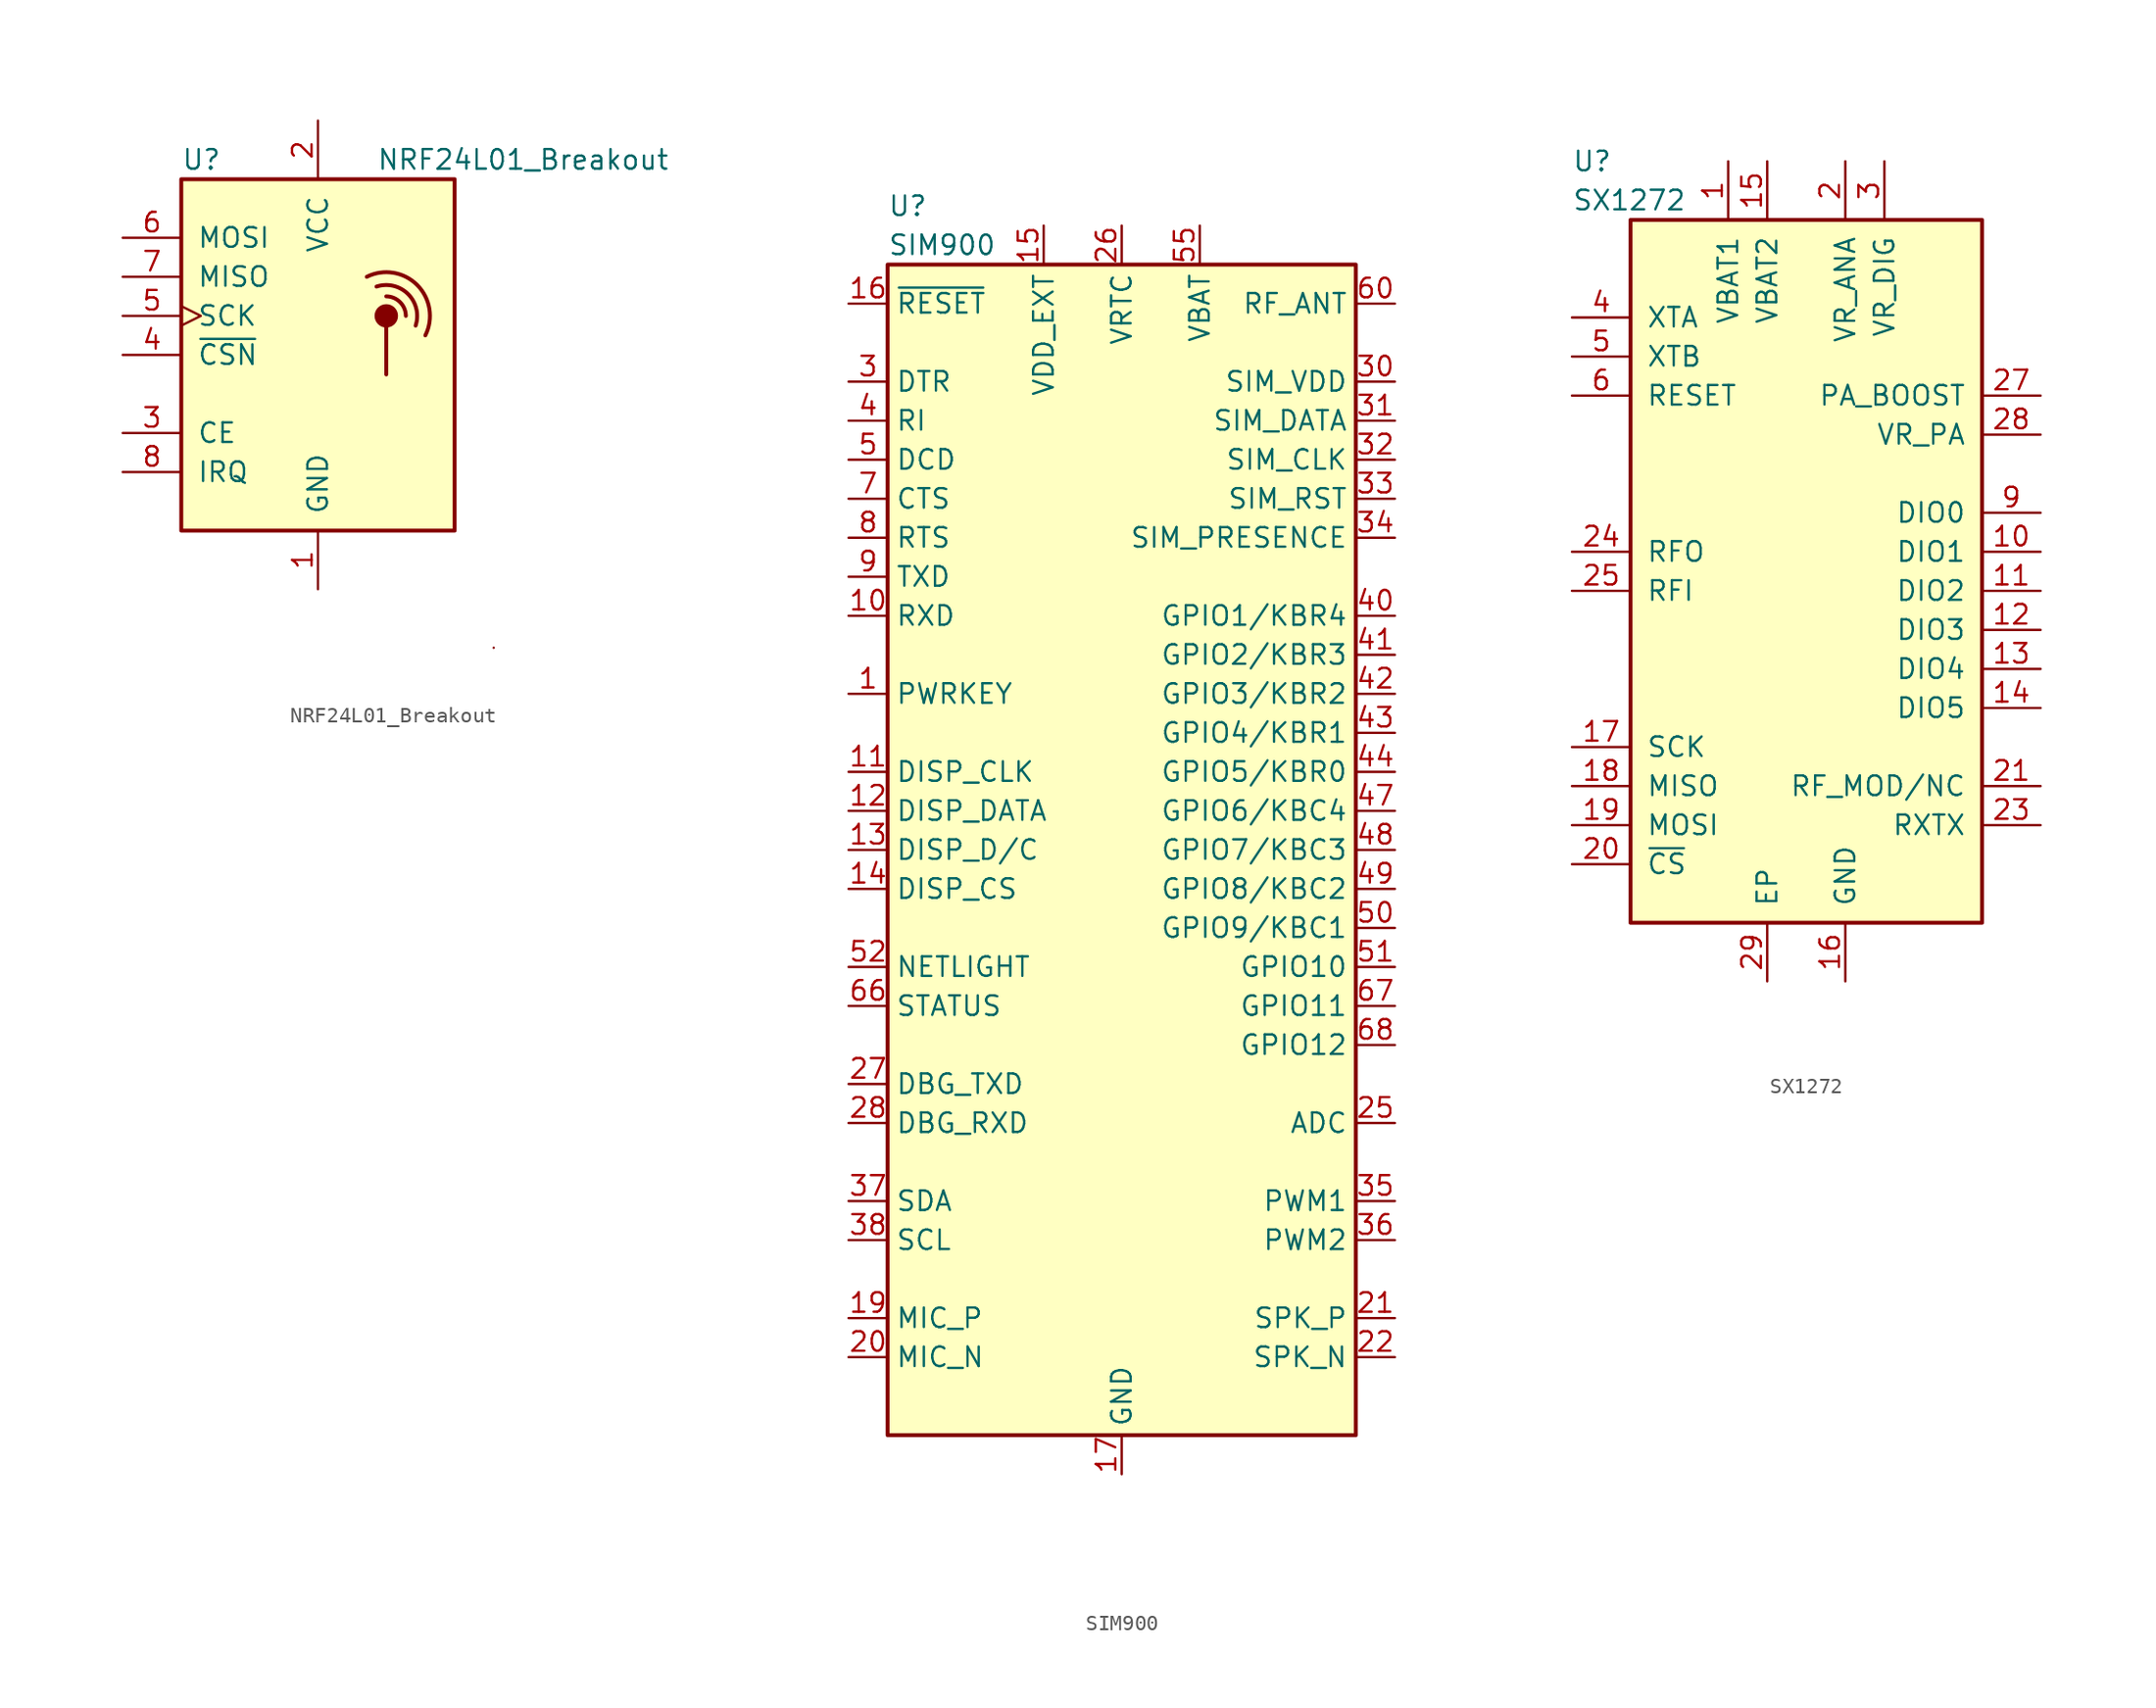
<source format=kicad_sym>
(kicad_symbol_lib
  (version 20201005)
  (generator kicad_symbol_editor)
  (symbol "RF:NRF24L01_Breakout"
    (pin_names
      (offset 1.016))
    (property "Reference" "U"
      (at -8.89 12.7 0)
      (effects (font (size 1.27 1.27)) (justify left)))
    (property "Value" "NRF24L01_Breakout"
      (at 3.81 12.7 0)
      (effects (font (size 1.27 1.27)) (justify left)))
    (symbol "NRF24L01_Breakout_0_1"
      (arc (start 3.175 5.08) (end 6.985 1.27) (radius (at 4.445 2.54) (length 2.8448) (angles 116.6 -26.6)) (stroke (width 0.254)) (fill (type none)))
      (arc (start 4.445 3.81) (end 5.715 2.54) (radius (at 4.445 2.5654) (length 1.2446) (angles 90 -1.1)) (stroke (width 0.254)) (fill (type none)))
      (arc (start 3.81 4.445) (end 6.35 1.905) (radius (at 4.445 2.5654) (length 1.9812) (angles 108.7 -19.1)) (stroke (width 0.254)) (fill (type none)))
      (circle (center 4.445 2.54) (radius 0.635) (stroke (width 0.254)) (fill (type outline)))
      (rectangle (start -8.89 11.43) (end 8.89 -11.43) (stroke (width 0.254)) (fill (type background)))
      (rectangle (start 11.43 -19.05) (end 11.43 -19.05) (stroke (width 0)) (fill (type none)))
      (polyline (pts (xy 4.445 1.905) (xy 4.445 -1.27)) (stroke (width 0.254)) (fill (type none))))
    (symbol "NRF24L01_Breakout_1_1"
      (pin power_in line (at 0 -15.24 90) (length 3.81) (name "GND" (effects (font (size 1.27 1.27)))) (number "1" (effects (font (size 1.27 1.27)))))
      (pin power_in line (at 0 15.24 270) (length 3.81) (name "VCC" (effects (font (size 1.27 1.27)))) (number "2" (effects (font (size 1.27 1.27)))))
      (pin input line (at -12.7 -5.08 0) (length 3.81) (name "CE" (effects (font (size 1.27 1.27)))) (number "3" (effects (font (size 1.27 1.27)))))
      (pin input line (at -12.7 0 0) (length 3.81) (name "~CSN" (effects (font (size 1.27 1.27)))) (number "4" (effects (font (size 1.27 1.27)))))
      (pin input clock (at -12.7 2.54 0) (length 3.81) (name "SCK" (effects (font (size 1.27 1.27)))) (number "5" (effects (font (size 1.27 1.27)))))
      (pin input line (at -12.7 7.62 0) (length 3.81) (name "MOSI" (effects (font (size 1.27 1.27)))) (number "6" (effects (font (size 1.27 1.27)))))
      (pin output line (at -12.7 5.08 0) (length 3.81) (name "MISO" (effects (font (size 1.27 1.27)))) (number "7" (effects (font (size 1.27 1.27)))))
      (pin output line (at -12.7 -7.62 0) (length 3.81) (name "IRQ" (effects (font (size 1.27 1.27)))) (number "8" (effects (font (size 1.27 1.27)))))))
  (symbol "RF:SIM900"
    (property "Reference" "U"
      (at -15.24 41.91 0)
      (effects (font (size 1.27 1.27)) (justify left)))
    (property "Value" "SIM900"
      (at -15.24 39.37 0)
      (effects (font (size 1.27 1.27)) (justify left)))
    (symbol "SIM900_0_1"
      (rectangle (start -15.24 38.1) (end 15.24 -38.1) (stroke (width 0.254)) (fill (type background))))
    (symbol "SIM900_1_1"
      (pin input line (at -17.78 10.16 0) (length 2.54) (name "PWRKEY" (effects (font (size 1.27 1.27)))) (number "1" (effects (font (size 1.27 1.27)))))
      (pin input line (at -17.78 15.24 0) (length 2.54) (name "RXD" (effects (font (size 1.27 1.27)))) (number "10" (effects (font (size 1.27 1.27)))))
      (pin output line (at -17.78 5.08 0) (length 2.54) (name "DISP_CLK" (effects (font (size 1.27 1.27)))) (number "11" (effects (font (size 1.27 1.27)))))
      (pin bidirectional line (at -17.78 2.54 0) (length 2.54) (name "DISP_DATA" (effects (font (size 1.27 1.27)))) (number "12" (effects (font (size 1.27 1.27)))))
      (pin output line (at -17.78 0 0) (length 2.54) (name "DISP_D/C" (effects (font (size 1.27 1.27)))) (number "13" (effects (font (size 1.27 1.27)))))
      (pin output line (at -17.78 -2.54 0) (length 2.54) (name "DISP_CS" (effects (font (size 1.27 1.27)))) (number "14" (effects (font (size 1.27 1.27)))))
      (pin power_out line (at -5.08 40.64 270) (length 2.54) (name "VDD_EXT" (effects (font (size 1.27 1.27)))) (number "15" (effects (font (size 1.27 1.27)))))
      (pin input line (at -17.78 35.56 0) (length 2.54) (name "~RESET~" (effects (font (size 1.27 1.27)))) (number "16" (effects (font (size 1.27 1.27)))))
      (pin power_in line (at 0 -40.64 90) (length 2.54) (name "GND" (effects (font (size 1.27 1.27)))) (number "17" (effects (font (size 1.27 1.27)))))
      (pin passive line (at 0 -40.64 90) (length 2.54) hide (name "GND" (effects (font (size 1.27 1.27)))) (number "18" (effects (font (size 1.27 1.27)))))
      (pin input line (at -17.78 -30.48 0) (length 2.54) (name "MIC_P" (effects (font (size 1.27 1.27)))) (number "19" (effects (font (size 1.27 1.27)))))
      (pin unconnected line (at 15.24 33.02 180) (length 2.54) hide (name "NC" (effects (font (size 1.27 1.27)))) (number "2" (effects (font (size 1.27 1.27)))))
      (pin input line (at -17.78 -33.02 0) (length 2.54) (name "MIC_N" (effects (font (size 1.27 1.27)))) (number "20" (effects (font (size 1.27 1.27)))))
      (pin output line (at 17.78 -30.48 180) (length 2.54) (name "SPK_P" (effects (font (size 1.27 1.27)))) (number "21" (effects (font (size 1.27 1.27)))))
      (pin output line (at 17.78 -33.02 180) (length 2.54) (name "SPK_N" (effects (font (size 1.27 1.27)))) (number "22" (effects (font (size 1.27 1.27)))))
      (pin unconnected line (at 15.24 -15.24 180) (length 2.54) hide (name "NC" (effects (font (size 1.27 1.27)))) (number "23" (effects (font (size 1.27 1.27)))))
      (pin unconnected line (at 15.24 -27.94 180) (length 2.54) hide (name "NC" (effects (font (size 1.27 1.27)))) (number "24" (effects (font (size 1.27 1.27)))))
      (pin input line (at 17.78 -17.78 180) (length 2.54) (name "ADC" (effects (font (size 1.27 1.27)))) (number "25" (effects (font (size 1.27 1.27)))))
      (pin power_in line (at 0 40.64 270) (length 2.54) (name "VRTC" (effects (font (size 1.27 1.27)))) (number "26" (effects (font (size 1.27 1.27)))))
      (pin output line (at -17.78 -15.24 0) (length 2.54) (name "DBG_TXD" (effects (font (size 1.27 1.27)))) (number "27" (effects (font (size 1.27 1.27)))))
      (pin input line (at -17.78 -17.78 0) (length 2.54) (name "DBG_RXD" (effects (font (size 1.27 1.27)))) (number "28" (effects (font (size 1.27 1.27)))))
      (pin passive line (at 0 -40.64 90) (length 2.54) hide (name "GND" (effects (font (size 1.27 1.27)))) (number "29" (effects (font (size 1.27 1.27)))))
      (pin input line (at -17.78 30.48 0) (length 2.54) (name "DTR" (effects (font (size 1.27 1.27)))) (number "3" (effects (font (size 1.27 1.27)))))
      (pin power_out line (at 17.78 30.48 180) (length 2.54) (name "SIM_VDD" (effects (font (size 1.27 1.27)))) (number "30" (effects (font (size 1.27 1.27)))))
      (pin bidirectional line (at 17.78 27.94 180) (length 2.54) (name "SIM_DATA" (effects (font (size 1.27 1.27)))) (number "31" (effects (font (size 1.27 1.27)))))
      (pin output line (at 17.78 25.4 180) (length 2.54) (name "SIM_CLK" (effects (font (size 1.27 1.27)))) (number "32" (effects (font (size 1.27 1.27)))))
      (pin output line (at 17.78 22.86 180) (length 2.54) (name "SIM_RST" (effects (font (size 1.27 1.27)))) (number "33" (effects (font (size 1.27 1.27)))))
      (pin input line (at 17.78 20.32 180) (length 2.54) (name "SIM_PRESENCE" (effects (font (size 1.27 1.27)))) (number "34" (effects (font (size 1.27 1.27)))))
      (pin output line (at 17.78 -22.86 180) (length 2.54) (name "PWM1" (effects (font (size 1.27 1.27)))) (number "35" (effects (font (size 1.27 1.27)))))
      (pin output line (at 17.78 -25.4 180) (length 2.54) (name "PWM2" (effects (font (size 1.27 1.27)))) (number "36" (effects (font (size 1.27 1.27)))))
      (pin bidirectional line (at -17.78 -22.86 0) (length 2.54) (name "SDA" (effects (font (size 1.27 1.27)))) (number "37" (effects (font (size 1.27 1.27)))))
      (pin output line (at -17.78 -25.4 0) (length 2.54) (name "SCL" (effects (font (size 1.27 1.27)))) (number "38" (effects (font (size 1.27 1.27)))))
      (pin passive line (at 0 -40.64 90) (length 2.54) hide (name "GND" (effects (font (size 1.27 1.27)))) (number "39" (effects (font (size 1.27 1.27)))))
      (pin output line (at -17.78 27.94 0) (length 2.54) (name "RI" (effects (font (size 1.27 1.27)))) (number "4" (effects (font (size 1.27 1.27)))))
      (pin bidirectional line (at 17.78 15.24 180) (length 2.54) (name "GPIO1/KBR4" (effects (font (size 1.27 1.27)))) (number "40" (effects (font (size 1.27 1.27)))))
      (pin bidirectional line (at 17.78 12.7 180) (length 2.54) (name "GPIO2/KBR3" (effects (font (size 1.27 1.27)))) (number "41" (effects (font (size 1.27 1.27)))))
      (pin bidirectional line (at 17.78 10.16 180) (length 2.54) (name "GPIO3/KBR2" (effects (font (size 1.27 1.27)))) (number "42" (effects (font (size 1.27 1.27)))))
      (pin bidirectional line (at 17.78 7.62 180) (length 2.54) (name "GPIO4/KBR1" (effects (font (size 1.27 1.27)))) (number "43" (effects (font (size 1.27 1.27)))))
      (pin bidirectional line (at 17.78 5.08 180) (length 2.54) (name "GPIO5/KBR0" (effects (font (size 1.27 1.27)))) (number "44" (effects (font (size 1.27 1.27)))))
      (pin passive line (at 0 -40.64 90) (length 2.54) hide (name "GND" (effects (font (size 1.27 1.27)))) (number "45" (effects (font (size 1.27 1.27)))))
      (pin passive line (at 0 -40.64 90) (length 2.54) hide (name "GND" (effects (font (size 1.27 1.27)))) (number "46" (effects (font (size 1.27 1.27)))))
      (pin bidirectional line (at 17.78 2.54 180) (length 2.54) (name "GPIO6/KBC4" (effects (font (size 1.27 1.27)))) (number "47" (effects (font (size 1.27 1.27)))))
      (pin bidirectional line (at 17.78 0 180) (length 2.54) (name "GPIO7/KBC3" (effects (font (size 1.27 1.27)))) (number "48" (effects (font (size 1.27 1.27)))))
      (pin bidirectional line (at 17.78 -2.54 180) (length 2.54) (name "GPIO8/KBC2" (effects (font (size 1.27 1.27)))) (number "49" (effects (font (size 1.27 1.27)))))
      (pin output line (at -17.78 25.4 0) (length 2.54) (name "DCD" (effects (font (size 1.27 1.27)))) (number "5" (effects (font (size 1.27 1.27)))))
      (pin bidirectional line (at 17.78 -5.08 180) (length 2.54) (name "GPIO9/KBC1" (effects (font (size 1.27 1.27)))) (number "50" (effects (font (size 1.27 1.27)))))
      (pin bidirectional line (at 17.78 -7.62 180) (length 2.54) (name "GPIO10" (effects (font (size 1.27 1.27)))) (number "51" (effects (font (size 1.27 1.27)))))
      (pin output line (at -17.78 -7.62 0) (length 2.54) (name "NETLIGHT" (effects (font (size 1.27 1.27)))) (number "52" (effects (font (size 1.27 1.27)))))
      (pin passive line (at 0 -40.64 90) (length 2.54) hide (name "GND" (effects (font (size 1.27 1.27)))) (number "53" (effects (font (size 1.27 1.27)))))
      (pin passive line (at 0 -40.64 90) (length 2.54) hide (name "GND" (effects (font (size 1.27 1.27)))) (number "54" (effects (font (size 1.27 1.27)))))
      (pin power_in line (at 5.08 40.64 270) (length 2.54) (name "VBAT" (effects (font (size 1.27 1.27)))) (number "55" (effects (font (size 1.27 1.27)))))
      (pin passive line (at 5.08 40.64 270) (length 2.54) hide (name "VBAT" (effects (font (size 1.27 1.27)))) (number "56" (effects (font (size 1.27 1.27)))))
      (pin passive line (at 5.08 40.64 270) (length 2.54) hide (name "VBAT" (effects (font (size 1.27 1.27)))) (number "57" (effects (font (size 1.27 1.27)))))
      (pin passive line (at 0 -40.64 90) (length 2.54) hide (name "GND" (effects (font (size 1.27 1.27)))) (number "58" (effects (font (size 1.27 1.27)))))
      (pin passive line (at 0 -40.64 90) (length 2.54) hide (name "GND" (effects (font (size 1.27 1.27)))) (number "59" (effects (font (size 1.27 1.27)))))
      (pin unconnected line (at 15.24 17.78 180) (length 2.54) hide (name "NC" (effects (font (size 1.27 1.27)))) (number "6" (effects (font (size 1.27 1.27)))))
      (pin passive line (at 17.78 35.56 180) (length 2.54) (name "RF_ANT" (effects (font (size 1.27 1.27)))) (number "60" (effects (font (size 1.27 1.27)))))
      (pin passive line (at 0 -40.64 90) (length 2.54) hide (name "GND" (effects (font (size 1.27 1.27)))) (number "61" (effects (font (size 1.27 1.27)))))
      (pin passive line (at 0 -40.64 90) (length 2.54) hide (name "GND" (effects (font (size 1.27 1.27)))) (number "62" (effects (font (size 1.27 1.27)))))
      (pin passive line (at 0 -40.64 90) (length 2.54) hide (name "GND" (effects (font (size 1.27 1.27)))) (number "63" (effects (font (size 1.27 1.27)))))
      (pin passive line (at 0 -40.64 90) (length 2.54) hide (name "GND" (effects (font (size 1.27 1.27)))) (number "64" (effects (font (size 1.27 1.27)))))
      (pin passive line (at 0 -40.64 90) (length 2.54) hide (name "GND" (effects (font (size 1.27 1.27)))) (number "65" (effects (font (size 1.27 1.27)))))
      (pin output line (at -17.78 -10.16 0) (length 2.54) (name "STATUS" (effects (font (size 1.27 1.27)))) (number "66" (effects (font (size 1.27 1.27)))))
      (pin bidirectional line (at 17.78 -10.16 180) (length 2.54) (name "GPIO11" (effects (font (size 1.27 1.27)))) (number "67" (effects (font (size 1.27 1.27)))))
      (pin bidirectional line (at 17.78 -12.7 180) (length 2.54) (name "GPIO12" (effects (font (size 1.27 1.27)))) (number "68" (effects (font (size 1.27 1.27)))))
      (pin output line (at -17.78 22.86 0) (length 2.54) (name "CTS" (effects (font (size 1.27 1.27)))) (number "7" (effects (font (size 1.27 1.27)))))
      (pin input line (at -17.78 20.32 0) (length 2.54) (name "RTS" (effects (font (size 1.27 1.27)))) (number "8" (effects (font (size 1.27 1.27)))))
      (pin output line (at -17.78 17.78 0) (length 2.54) (name "TXD" (effects (font (size 1.27 1.27)))) (number "9" (effects (font (size 1.27 1.27)))))))
  (symbol "RF:SX1272"
    (pin_names
      (offset 1.016))
    (property "Reference" "U"
      (at -15.24 25.4 0)
      (effects (font (size 1.27 1.27)) (justify left)))
    (property "Value" "SX1272"
      (at -15.24 22.86 0)
      (effects (font (size 1.27 1.27)) (justify left)))
    (symbol "SX1272_0_1"
      (rectangle (start -11.43 21.59) (end 11.43 -24.13) (stroke (width 0.254)) (fill (type background))))
    (symbol "SX1272_1_1"
      (pin power_in line (at -5.08 25.4 270) (length 3.81) (name "VBAT1" (effects (font (size 1.27 1.27)))) (number "1" (effects (font (size 1.27 1.27)))))
      (pin bidirectional line (at 15.24 0 180) (length 3.81) (name "DIO1" (effects (font (size 1.27 1.27)))) (number "10" (effects (font (size 1.27 1.27)))))
      (pin bidirectional line (at 15.24 -2.54 180) (length 3.81) (name "DIO2" (effects (font (size 1.27 1.27)))) (number "11" (effects (font (size 1.27 1.27)))))
      (pin bidirectional line (at 15.24 -5.08 180) (length 3.81) (name "DIO3" (effects (font (size 1.27 1.27)))) (number "12" (effects (font (size 1.27 1.27)))))
      (pin bidirectional line (at 15.24 -7.62 180) (length 3.81) (name "DIO4" (effects (font (size 1.27 1.27)))) (number "13" (effects (font (size 1.27 1.27)))))
      (pin bidirectional line (at 15.24 -10.16 180) (length 3.81) (name "DIO5" (effects (font (size 1.27 1.27)))) (number "14" (effects (font (size 1.27 1.27)))))
      (pin power_in line (at -2.54 25.4 270) (length 3.81) (name "VBAT2" (effects (font (size 1.27 1.27)))) (number "15" (effects (font (size 1.27 1.27)))))
      (pin power_in line (at 2.54 -27.94 90) (length 3.81) (name "GND" (effects (font (size 1.27 1.27)))) (number "16" (effects (font (size 1.27 1.27)))))
      (pin input line (at -15.24 -12.7 0) (length 3.81) (name "SCK" (effects (font (size 1.27 1.27)))) (number "17" (effects (font (size 1.27 1.27)))))
      (pin output line (at -15.24 -15.24 0) (length 3.81) (name "MISO" (effects (font (size 1.27 1.27)))) (number "18" (effects (font (size 1.27 1.27)))))
      (pin input line (at -15.24 -17.78 0) (length 3.81) (name "MOSI" (effects (font (size 1.27 1.27)))) (number "19" (effects (font (size 1.27 1.27)))))
      (pin power_in line (at 2.54 25.4 270) (length 3.81) (name "VR_ANA" (effects (font (size 1.27 1.27)))) (number "2" (effects (font (size 1.27 1.27)))))
      (pin input line (at -15.24 -20.32 0) (length 3.81) (name "~CS~" (effects (font (size 1.27 1.27)))) (number "20" (effects (font (size 1.27 1.27)))))
      (pin output line (at 15.24 -15.24 180) (length 3.81) (name "RF_MOD/NC" (effects (font (size 1.27 1.27)))) (number "21" (effects (font (size 1.27 1.27)))))
      (pin passive line (at 2.54 -27.94 90) (length 3.81) hide (name "GND" (effects (font (size 1.27 1.27)))) (number "22" (effects (font (size 1.27 1.27)))))
      (pin output line (at 15.24 -17.78 180) (length 3.81) (name "RXTX" (effects (font (size 1.27 1.27)))) (number "23" (effects (font (size 1.27 1.27)))))
      (pin input line (at -15.24 0 0) (length 3.81) (name "RFO" (effects (font (size 1.27 1.27)))) (number "24" (effects (font (size 1.27 1.27)))))
      (pin output line (at -15.24 -2.54 0) (length 3.81) (name "RFI" (effects (font (size 1.27 1.27)))) (number "25" (effects (font (size 1.27 1.27)))))
      (pin passive line (at 2.54 -27.94 90) (length 3.81) hide (name "GND" (effects (font (size 1.27 1.27)))) (number "26" (effects (font (size 1.27 1.27)))))
      (pin power_out line (at 15.24 10.16 180) (length 3.81) (name "PA_BOOST" (effects (font (size 1.27 1.27)))) (number "27" (effects (font (size 1.27 1.27)))))
      (pin power_out line (at 15.24 7.62 180) (length 3.81) (name "VR_PA" (effects (font (size 1.27 1.27)))) (number "28" (effects (font (size 1.27 1.27)))))
      (pin power_in line (at -2.54 -27.94 90) (length 3.81) (name "EP" (effects (font (size 1.27 1.27)))) (number "29" (effects (font (size 1.27 1.27)))))
      (pin power_in line (at 5.08 25.4 270) (length 3.81) (name "VR_DIG" (effects (font (size 1.27 1.27)))) (number "3" (effects (font (size 1.27 1.27)))))
      (pin bidirectional line (at -15.24 15.24 0) (length 3.81) (name "XTA" (effects (font (size 1.27 1.27)))) (number "4" (effects (font (size 1.27 1.27)))))
      (pin bidirectional line (at -15.24 12.7 0) (length 3.81) (name "XTB" (effects (font (size 1.27 1.27)))) (number "5" (effects (font (size 1.27 1.27)))))
      (pin input line (at -15.24 10.16 0) (length 3.81) (name "RESET" (effects (font (size 1.27 1.27)))) (number "6" (effects (font (size 1.27 1.27)))))
      (pin unconnected line (at -15.24 5.08 0) (length 3.81) hide (name "NC" (effects (font (size 1.27 1.27)))) (number "7" (effects (font (size 1.27 1.27)))))
      (pin unconnected line (at -15.24 2.54 0) (length 3.81) hide (name "NC" (effects (font (size 1.27 1.27)))) (number "8" (effects (font (size 1.27 1.27)))))
      (pin bidirectional line (at 15.24 2.54 180) (length 3.81) (name "DIO0" (effects (font (size 1.27 1.27)))) (number "9" (effects (font (size 1.27 1.27))))))))
</source>
